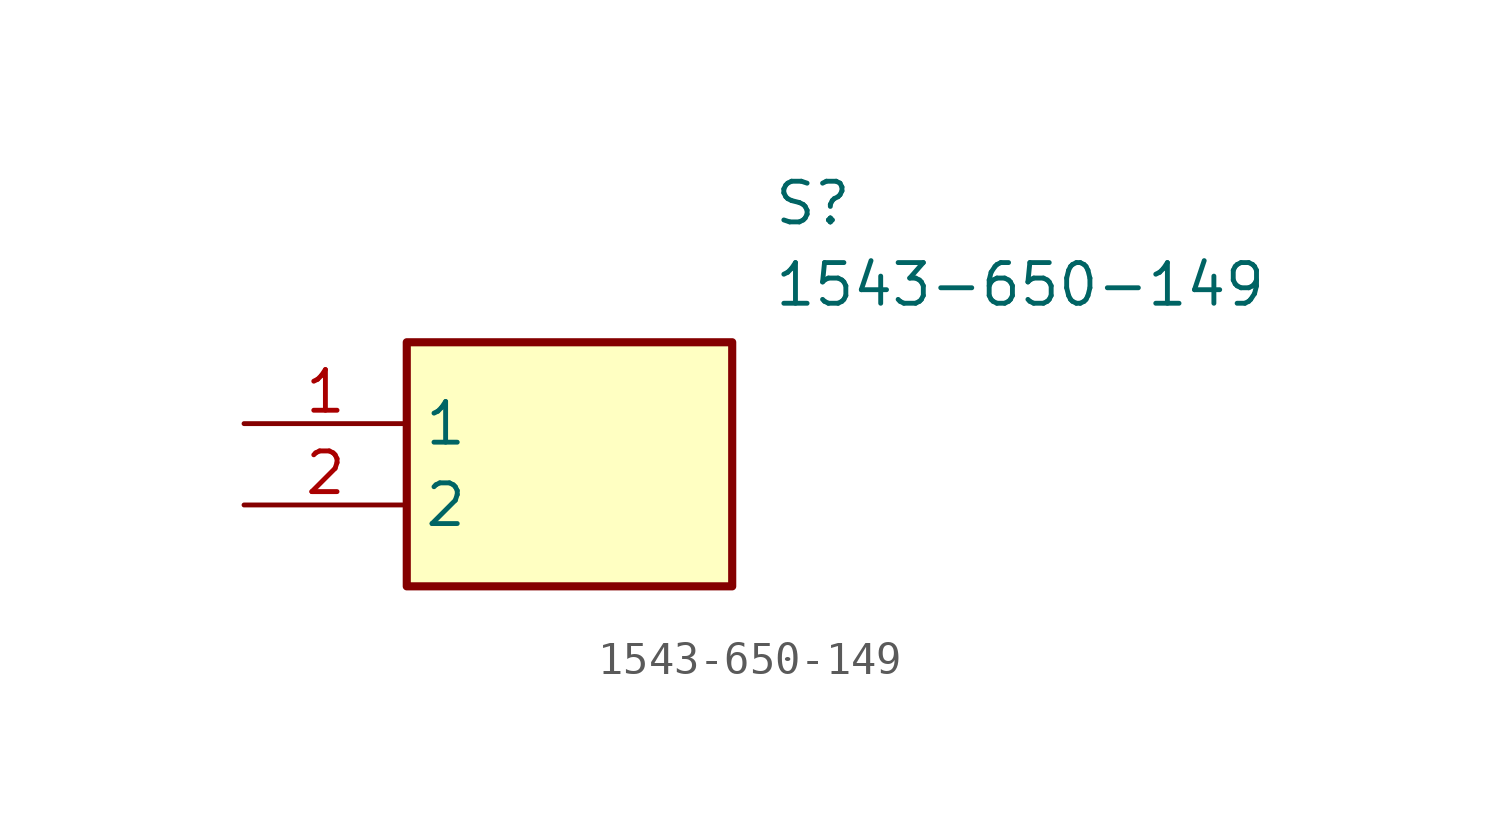
<source format=kicad_sym>
(kicad_symbol_lib
  (version 20211014)
  (generator SamacSys_ECAD_Model)
  (symbol "1543-650-149"
    (property "Reference" "S"
      (at 16.51 7.62 0)
      (effects (font (size 1.27 1.27)) (justify left top)))
    (property "Value" "1543-650-149"
      (at 16.51 5.08 0)
      (effects (font (size 1.27 1.27)) (justify left top)))
    (rectangle
      (start 5.08 2.54)
      (end 15.24 -5.08)
      (stroke (width 0.254) (type default))
      (fill (type background)))
    (pin passive line
      (at 0 0 0)
      (length 5.08)
      (name "1" (effects (font (size 1.27 1.27))))
      (number "1" (effects (font (size 1.27 1.27)))))
    (pin passive line
      (at 0 -2.54 0)
      (length 5.08)
      (name "2" (effects (font (size 1.27 1.27))))
      (number "2" (effects (font (size 1.27 1.27)))))))
</source>
